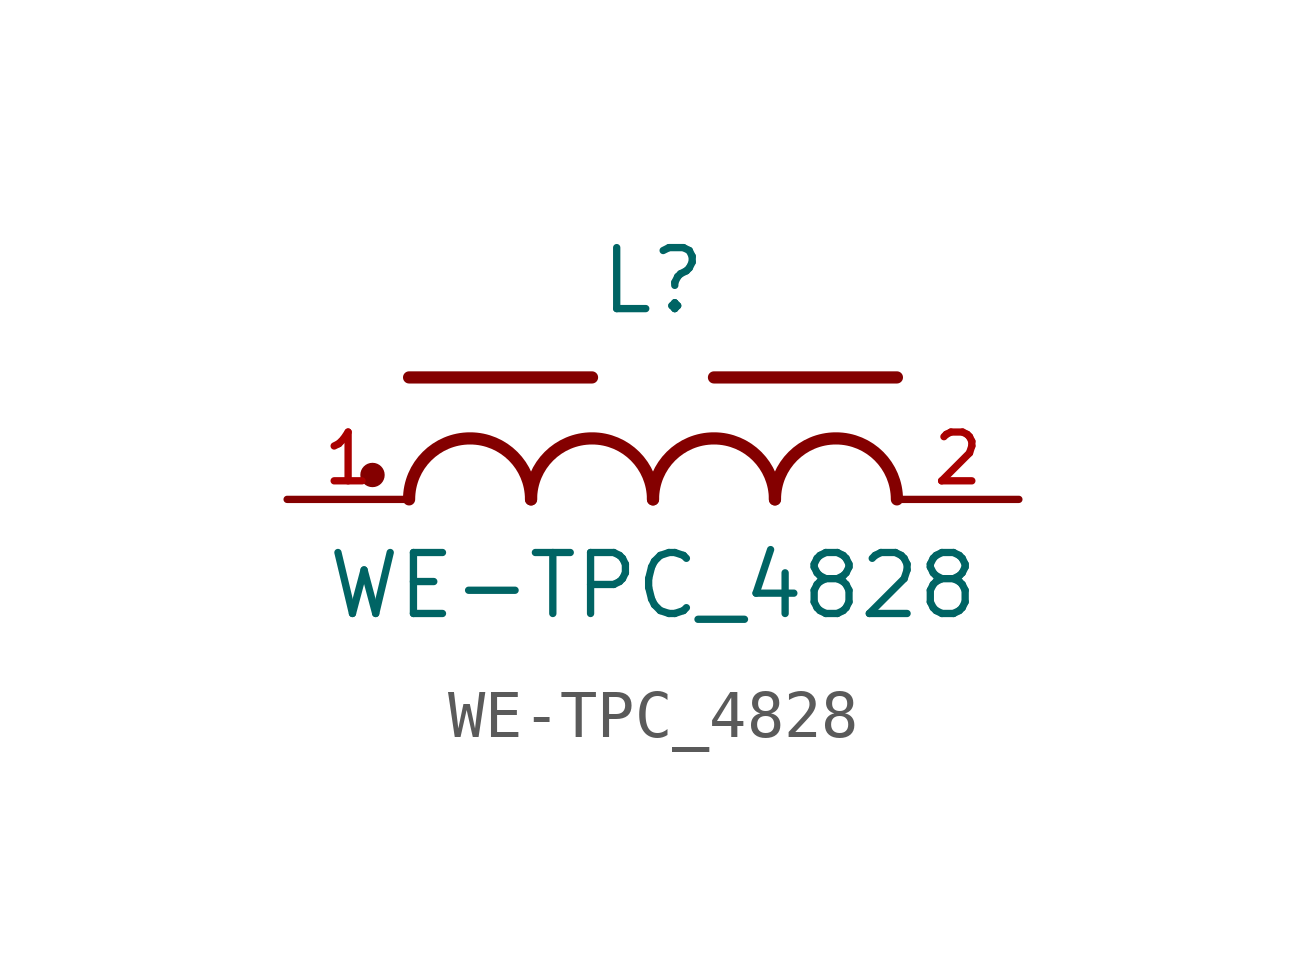
<source format=kicad_sym>
(kicad_symbol_lib
  (version 20211014)
  (generator kicad_symbol_editor)
  (symbol "WE-TPC_4828"
    (pin_names
      (offset 1.016))
    (property "Reference" "L"
      (at 0.0 3.81 0)
      (effects (font (size 1.27 1.27)) (justify bottom)))
    (property "Value" "WE-TPC_4828"
      (at 0.0 -2.54 0)
      (effects (font (size 1.27 1.27)) (justify bottom)))
    (symbol "WE-TPC_4828_0_0"
      (arc (start -2.54 0.0) (mid -3.81 1.27) (end -5.08 0.0) (stroke (width 0.254) (type default) (color 0 0 0 0)) (fill (type none)))
      (arc (start 0.0 0.0) (mid -1.27 1.27) (end -2.54 0.0) (stroke (width 0.254) (type default) (color 0 0 0 0)) (fill (type none)))
      (arc (start 2.54 0.0) (mid 1.27 1.27) (end 0.0 0.0) (stroke (width 0.254) (type default) (color 0 0 0 0)) (fill (type none)))
      (arc (start 5.08 0.0) (mid 3.81 1.27) (end 2.54 0.0) (stroke (width 0.254) (type default) (color 0 0 0 0)) (fill (type none)))
      (polyline (pts (xy -1.27 2.54) (xy -5.08 2.54)) (stroke (width 0.254)))
      (polyline (pts (xy 5.08 2.54) (xy 1.27 2.54)) (stroke (width 0.254)))
      (circle (center -5.842 0.508) (radius 0.127) (stroke (width 0.254)) (fill (type none)))
      (pin passive line (at -7.62 0.0 0) (length 2.54) (name "~" (effects (font (size 1.016 1.016)))) (number "1" (effects (font (size 1.016 1.016)))))
      (pin passive line (at 7.62 0.0 180.0) (length 2.54) (name "~" (effects (font (size 1.016 1.016)))) (number "2" (effects (font (size 1.016 1.016))))))))
</source>
